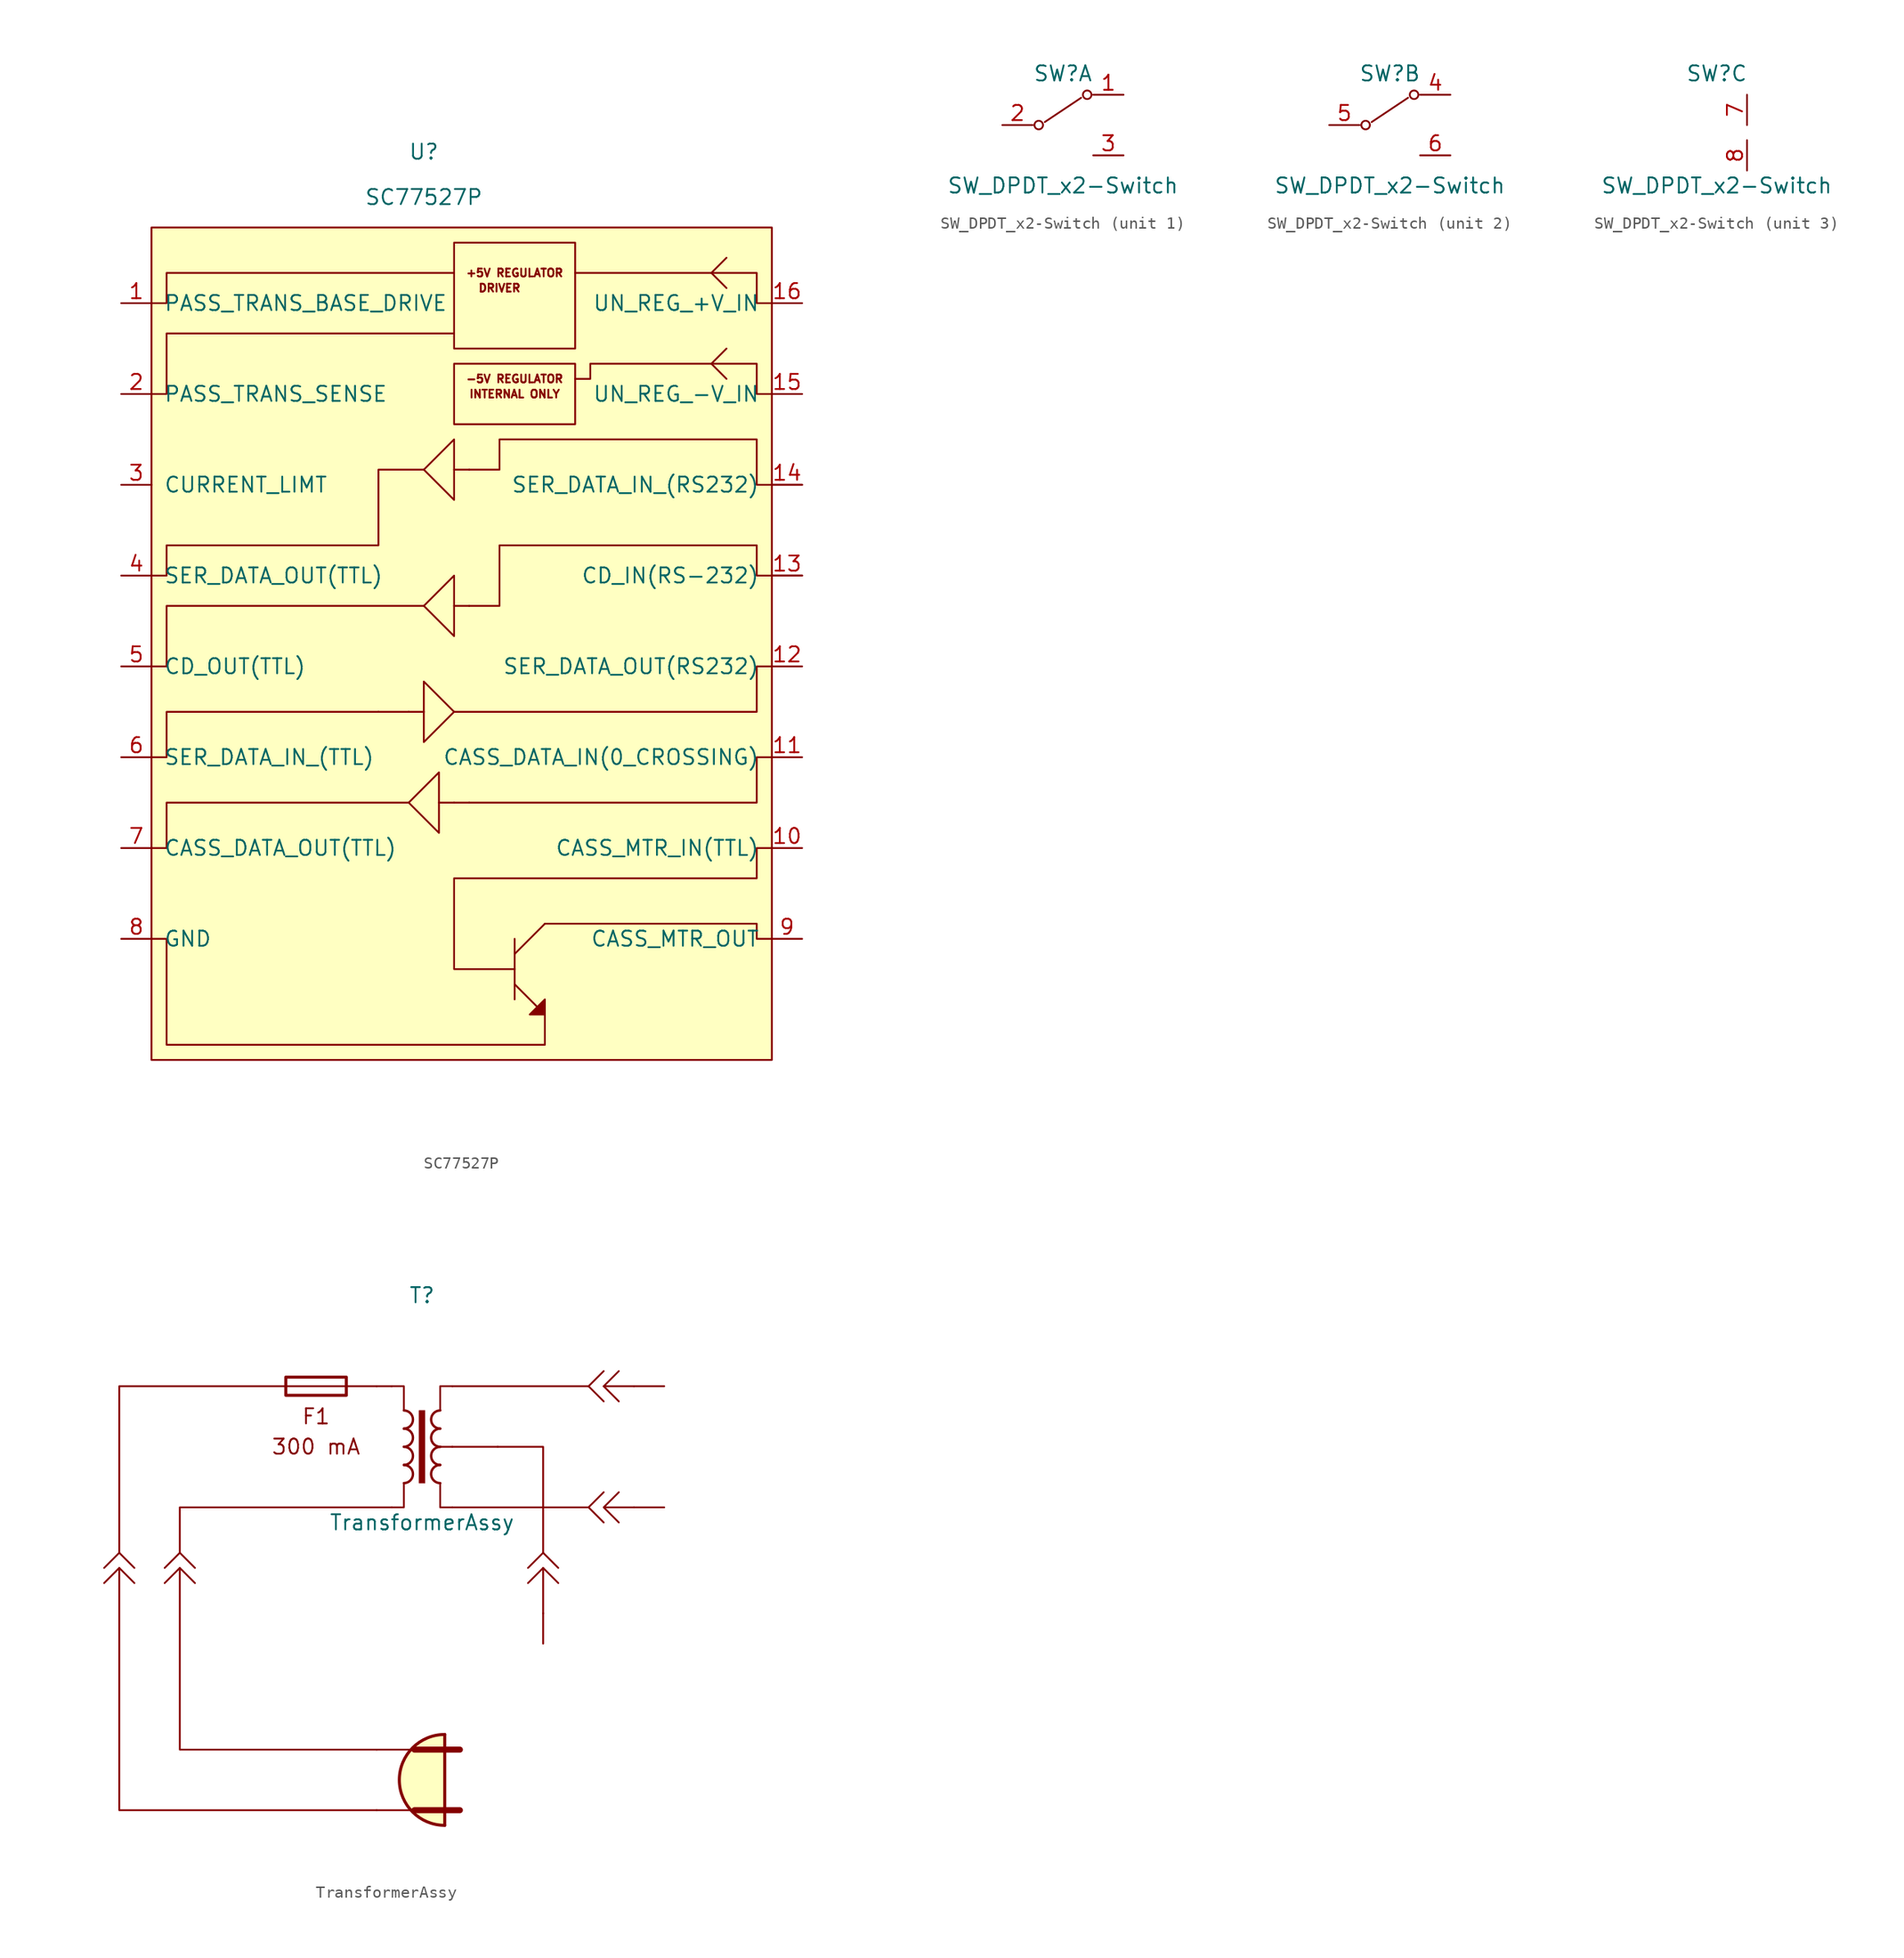
<source format=kicad_sym>
(kicad_symbol_lib
  (version 20211014)
  (generator kicad_symbol_editor)
  (symbol "SC77527P"
    (pin_names
      (offset 1.016))
    (property "Reference" "U"
      (at 15.24 8.89 0)
      (effects (font (size 1.27 1.27))))
    (property "Value" "SC77527P"
      (at 15.24 5.08 0)
      (effects (font (size 1.27 1.27))))
    (symbol "SC77527P_0_0"
      (polyline (pts (xy 17.78 -6.35) (xy -6.35 -6.35) (xy -6.35 -11.43) (xy -7.62 -11.43)) (stroke (width 0) (type default) (color 0 0 0 0)) (fill (type none)))
      (polyline (pts (xy 17.78 -1.27) (xy -6.35 -1.27) (xy -6.35 -3.81) (xy -7.62 -3.81)) (stroke (width 0) (type default) (color 0 0 0 0)) (fill (type none)))
      (polyline (pts (xy 44.45 -3.81) (xy 43.18 -3.81) (xy 43.18 -1.27) (xy 27.94 -1.27)) (stroke (width 0) (type default) (color 0 0 0 0)) (fill (type none)))
      (polyline (pts (xy 44.45 -11.43) (xy 43.18 -11.43) (xy 43.18 -8.89) (xy 29.21 -8.89) (xy 29.21 -10.16) (xy 27.94 -10.16)) (stroke (width 0) (type default) (color 0 0 0 0)) (fill (type none)))
      (rectangle (start 17.78 -8.89) (end 27.94 -13.97) (stroke (width 0) (type default) (color 0 0 0 0)) (fill (type none)))
      (text "+5V REGULATOR" (at 22.86 -1.27 0) (effects (font (size 0.66 0.66))))
      (text "-5V REGULATOR" (at 22.86 -10.16 0) (effects (font (size 0.66 0.66))))
      (text "DRIVER" (at 21.59 -2.54 0) (effects (font (size 0.66 0.66))))
      (text "INTERNAL ONLY" (at 22.86 -11.43 0) (effects (font (size 0.66 0.66)))))
    (symbol "SC77527P_0_1"
      (rectangle (start -7.62 2.54) (end 44.45 -67.31) (stroke (width 0) (type default) (color 0 0 0 0)) (fill (type background)))
      (polyline (pts (xy 13.97 -38.1) (xy 15.24 -38.1)) (stroke (width 0) (type default) (color 0 0 0 0)) (fill (type none)))
      (polyline (pts (xy 19.05 -45.72) (xy 17.78 -45.72)) (stroke (width 0) (type default) (color 0 0 0 0)) (fill (type none)))
      (polyline (pts (xy 22.86 -58.42) (xy 25.4 -55.88)) (stroke (width 0) (type default) (color 0 0 0 0)) (fill (type none)))
      (polyline (pts (xy 22.86 -57.15) (xy 22.86 -62.23)) (stroke (width 0) (type default) (color 0 0 0 0)) (fill (type none)))
      (polyline (pts (xy 39.37 -8.89) (xy 40.64 -10.16)) (stroke (width 0) (type default) (color 0 0 0 0)) (fill (type none)))
      (polyline (pts (xy 39.37 -8.89) (xy 40.64 -7.62)) (stroke (width 0) (type default) (color 0 0 0 0)) (fill (type none)))
      (polyline (pts (xy 39.37 -1.27) (xy 40.64 -2.54)) (stroke (width 0) (type default) (color 0 0 0 0)) (fill (type none)))
      (polyline (pts (xy 39.37 -1.27) (xy 40.64 0)) (stroke (width 0) (type default) (color 0 0 0 0)) (fill (type none)))
      (polyline (pts (xy -7.62 -41.91) (xy -6.35 -41.91) (xy -6.35 -38.1) (xy 11.43 -38.1)) (stroke (width 0) (type default) (color 0 0 0 0)) (fill (type none)))
      (polyline (pts (xy 13.97 -45.72) (xy -6.35 -45.72) (xy -6.35 -49.53) (xy -7.62 -49.53)) (stroke (width 0) (type default) (color 0 0 0 0)) (fill (type none)))
      (polyline (pts (xy 15.24 -29.21) (xy -6.35 -29.21) (xy -6.35 -34.29) (xy -7.62 -34.29)) (stroke (width 0) (type default) (color 0 0 0 0)) (fill (type none)))
      (polyline (pts (xy 17.78 -38.1) (xy 43.18 -38.1) (xy 43.18 -34.29) (xy 44.45 -34.29)) (stroke (width 0) (type default) (color 0 0 0 0)) (fill (type none)))
      (polyline (pts (xy 25.4 -55.88) (xy 43.18 -55.88) (xy 43.18 -57.15) (xy 44.45 -57.15)) (stroke (width 0) (type default) (color 0 0 0 0)) (fill (type none)))
      (polyline (pts (xy 44.45 -41.91) (xy 43.18 -41.91) (xy 43.18 -45.72) (xy 19.05 -45.72)) (stroke (width 0) (type default) (color 0 0 0 0)) (fill (type none)))
      (polyline (pts (xy -7.62 -57.15) (xy -6.35 -57.15) (xy -6.35 -66.04) (xy 25.4 -66.04) (xy 25.4 -63.5)) (stroke (width 0) (type default) (color 0 0 0 0)) (fill (type none)))
      (polyline (pts (xy 22.86 -60.96) (xy 25.4 -63.5) (xy 25.4 -62.23) (xy 24.13 -63.5) (xy 25.4 -63.5)) (stroke (width 0) (type default) (color 0 0 0 0)) (fill (type outline)))
      (polyline (pts (xy 15.24 -17.78) (xy 11.43 -17.78) (xy 11.43 -24.13) (xy -6.35 -24.13) (xy -6.35 -26.67) (xy -7.62 -26.67)) (stroke (width 0) (type default) (color 0 0 0 0)) (fill (type none)))
      (polyline (pts (xy 22.86 -59.69) (xy 17.78 -59.69) (xy 17.78 -52.07) (xy 43.18 -52.07) (xy 43.18 -49.53) (xy 44.45 -49.53)) (stroke (width 0) (type default) (color 0 0 0 0)) (fill (type none)))
      (polyline (pts (xy 44.45 -26.67) (xy 43.18 -26.67) (xy 43.18 -24.13) (xy 21.59 -24.13) (xy 21.59 -29.21) (xy 19.05 -29.21)) (stroke (width 0) (type default) (color 0 0 0 0)) (fill (type none)))
      (polyline (pts (xy 44.45 -19.05) (xy 43.18 -19.05) (xy 43.18 -17.78) (xy 43.18 -15.24) (xy 21.59 -15.24) (xy 21.59 -17.78) (xy 19.05 -17.78)) (stroke (width 0) (type default) (color 0 0 0 0)) (fill (type none)))
      (rectangle (start 17.78 1.27) (end 27.94 -7.62) (stroke (width 0) (type default) (color 0 0 0 0)) (fill (type none))))
    (symbol "SC77527P_1_1"
      (polyline (pts (xy 11.43 -38.1) (xy 13.97 -38.1)) (stroke (width 0) (type default) (color 0 0 0 0)) (fill (type none)))
      (polyline (pts (xy 16.51 -45.72) (xy 17.78 -45.72)) (stroke (width 0) (type default) (color 0 0 0 0)) (fill (type none)))
      (polyline (pts (xy 17.78 -29.21) (xy 19.05 -29.21)) (stroke (width 0) (type default) (color 0 0 0 0)) (fill (type none)))
      (polyline (pts (xy 17.78 -17.78) (xy 19.05 -17.78)) (stroke (width 0) (type default) (color 0 0 0 0)) (fill (type none)))
      (polyline (pts (xy 46.99 -26.67) (xy 44.45 -26.67)) (stroke (width 0) (type default) (color 0 0 0 0)) (fill (type none)))
      (polyline (pts (xy 46.99 -19.05) (xy 44.45 -19.05)) (stroke (width 0) (type default) (color 0 0 0 0)) (fill (type none)))
      (polyline (pts (xy 16.51 -43.18) (xy 16.51 -48.26) (xy 13.97 -45.72) (xy 16.51 -43.18)) (stroke (width 0) (type default) (color 0 0 0 0)) (fill (type none)))
      (polyline (pts (xy 17.78 -38.1) (xy 15.24 -40.64) (xy 15.24 -35.56) (xy 17.78 -38.1)) (stroke (width 0) (type default) (color 0 0 0 0)) (fill (type none)))
      (polyline (pts (xy 17.78 -26.67) (xy 17.78 -31.75) (xy 15.24 -29.21) (xy 17.78 -26.67)) (stroke (width 0) (type default) (color 0 0 0 0)) (fill (type none)))
      (polyline (pts (xy 17.78 -15.24) (xy 17.78 -20.32) (xy 15.24 -17.78) (xy 17.78 -15.24)) (stroke (width 0) (type default) (color 0 0 0 0)) (fill (type none)))
      (pin output line (at -10.16 -3.81 0) (length 2.54) (name "PASS_TRANS_BASE_DRIVE" (effects (font (size 1.27 1.27)))) (number "1" (effects (font (size 1.27 1.27)))))
      (pin input line (at 46.99 -49.53 180) (length 2.54) (name "CASS_MTR_IN(TTL)" (effects (font (size 1.27 1.27)))) (number "10" (effects (font (size 1.27 1.27)))))
      (pin input line (at 46.99 -41.91 180) (length 2.54) (name "CASS_DATA_IN(0_CROSSING)" (effects (font (size 1.27 1.27)))) (number "11" (effects (font (size 1.27 1.27)))))
      (pin output line (at 46.99 -34.29 180) (length 2.54) (name "SER_DATA_OUT(RS232)" (effects (font (size 1.27 1.27)))) (number "12" (effects (font (size 1.27 1.27)))))
      (pin input line (at 46.99 -26.67 180) (length 2.54) (name "CD_IN(RS-232)" (effects (font (size 1.27 1.27)))) (number "13" (effects (font (size 1.27 1.27)))))
      (pin input line (at 46.99 -19.05 180) (length 2.54) (name "SER_DATA_IN_(RS232)" (effects (font (size 1.27 1.27)))) (number "14" (effects (font (size 1.27 1.27)))))
      (pin power_in line (at 46.99 -11.43 180) (length 2.54) (name "UN_REG_-V_IN" (effects (font (size 1.27 1.27)))) (number "15" (effects (font (size 1.27 1.27)))))
      (pin power_in line (at 46.99 -3.81 180) (length 2.54) (name "UN_REG_+V_IN" (effects (font (size 1.27 1.27)))) (number "16" (effects (font (size 1.27 1.27)))))
      (pin input line (at -10.16 -11.43 0) (length 2.54) (name "PASS_TRANS_SENSE" (effects (font (size 1.27 1.27)))) (number "2" (effects (font (size 1.27 1.27)))))
      (pin power_in line (at -10.16 -19.05 0) (length 2.54) (name "CURRENT_LIMT" (effects (font (size 1.27 1.27)))) (number "3" (effects (font (size 1.27 1.27)))))
      (pin output line (at -10.16 -26.67 0) (length 2.54) (name "SER_DATA_OUT(TTL)" (effects (font (size 1.27 1.27)))) (number "4" (effects (font (size 1.27 1.27)))))
      (pin output line (at -10.16 -34.29 0) (length 2.54) (name "CD_OUT(TTL)" (effects (font (size 1.27 1.27)))) (number "5" (effects (font (size 1.27 1.27)))))
      (pin input line (at -10.16 -41.91 0) (length 2.54) (name "SER_DATA_IN_(TTL)" (effects (font (size 1.27 1.27)))) (number "6" (effects (font (size 1.27 1.27)))))
      (pin output line (at -10.16 -49.53 0) (length 2.54) (name "CASS_DATA_OUT(TTL)" (effects (font (size 1.27 1.27)))) (number "7" (effects (font (size 1.27 1.27)))))
      (pin power_in line (at -10.16 -57.15 0) (length 2.54) (name "GND" (effects (font (size 1.27 1.27)))) (number "8" (effects (font (size 1.27 1.27)))))
      (pin output line (at 46.99 -57.15 180) (length 2.54) (name "CASS_MTR_OUT" (effects (font (size 1.27 1.27)))) (number "9" (effects (font (size 1.27 1.27)))))))
  (symbol "SW_DPDT_x2-Switch"
    (pin_names
      (offset 0) hide)
    (property "Reference" "SW"
      (at 0 4.318 0)
      (effects (font (size 1.27 1.27))))
    (property "Value" "SW_DPDT_x2-Switch"
      (at 0 -5.08 0)
      (effects (font (size 1.27 1.27))))
    (symbol "SW_DPDT_x2-Switch_1_1"
      (circle (center -2.032 0) (radius 0.359) (stroke (width 0) (type default) (color 0 0 0 0)) (fill (type none)))
      (polyline (pts (xy -1.524 0.254) (xy 1.524 2.286)) (stroke (width 0) (type default) (color 0 0 0 0)) (fill (type none)))
      (circle (center 2.032 2.54) (radius 0.359) (stroke (width 0) (type default) (color 0 0 0 0)) (fill (type none)))
      (pin passive line (at 5.08 2.54 180) (length 2.54) (name "A" (effects (font (size 1.27 1.27)))) (number "1" (effects (font (size 1.27 1.27)))))
      (pin passive line (at -5.08 0 0) (length 2.54) (name "B" (effects (font (size 1.27 1.27)))) (number "2" (effects (font (size 1.27 1.27)))))
      (pin passive line (at 5.08 -2.54 180) (length 2.54) (name "C" (effects (font (size 1.27 1.27)))) (number "3" (effects (font (size 1.27 1.27))))))
    (symbol "SW_DPDT_x2-Switch_2_1"
      (circle (center -2.032 0) (radius 0.359) (stroke (width 0) (type default) (color 0 0 0 0)) (fill (type none)))
      (polyline (pts (xy -1.524 0.254) (xy 1.524 2.286)) (stroke (width 0) (type default) (color 0 0 0 0)) (fill (type none)))
      (circle (center 2.032 2.54) (radius 0.359) (stroke (width 0) (type default) (color 0 0 0 0)) (fill (type none)))
      (pin passive line (at 5.08 2.54 180) (length 2.54) (name "A" (effects (font (size 1.27 1.27)))) (number "4" (effects (font (size 1.27 1.27)))))
      (pin passive line (at -5.08 0 0) (length 2.54) (name "B" (effects (font (size 1.27 1.27)))) (number "5" (effects (font (size 1.27 1.27)))))
      (pin passive line (at 5.08 -2.54 180) (length 2.54) (name "C" (effects (font (size 1.27 1.27)))) (number "6" (effects (font (size 1.27 1.27))))))
    (symbol "SW_DPDT_x2-Switch_3_1"
      (pin passive line (at 2.54 2.54 270) (length 2.54) (name "GNDS" (effects (font (size 1.27 1.27)))) (number "7" (effects (font (size 1.27 1.27)))))
      (pin passive line (at 2.54 -3.81 90) (length 2.54) (name "GNDS" (effects (font (size 1.27 1.27)))) (number "8" (effects (font (size 1.27 1.27)))))))
  (symbol "TransformerAssy"
    (pin_numbers hide)
    (pin_names
      (offset 1.016) hide)
    (property "Reference" "T"
      (at 0 12.7 0)
      (effects (font (size 1.27 1.27))))
    (property "Value" "TransformerAssy"
      (at 0 -6.35 0)
      (effects (font (size 1.27 1.27))))
    (symbol "TransformerAssy_0_0"
      (polyline (pts (xy -3.81 5.08) (xy -2.54 5.08)) (stroke (width 0) (type default) (color 0 0 0 0)) (fill (type none)))
      (polyline (pts (xy 2.54 -5.08) (xy 13.97 -5.08)) (stroke (width 0) (type default) (color 0 0 0 0)) (fill (type none)))
      (polyline (pts (xy 2.54 5.08) (xy 13.97 5.08)) (stroke (width 0) (type default) (color 0 0 0 0)) (fill (type none)))
      (polyline (pts (xy 10.16 -13.97) (xy 10.16 -10.16)) (stroke (width 0) (type default) (color 0 0 0 0)) (fill (type none)))
      (polyline (pts (xy -26.67 -11.43) (xy -25.4 -10.16) (xy -24.13 -11.43)) (stroke (width 0) (type default) (color 0 0 0 0)) (fill (type none)))
      (polyline (pts (xy -26.67 -10.16) (xy -25.4 -8.89) (xy -24.13 -10.16)) (stroke (width 0) (type default) (color 0 0 0 0)) (fill (type none)))
      (polyline (pts (xy -25.4 -10.16) (xy -25.4 -30.48) (xy -3.81 -30.48)) (stroke (width 0) (type default) (color 0 0 0 0)) (fill (type none)))
      (polyline (pts (xy -21.59 -11.43) (xy -20.32 -10.16) (xy -19.05 -11.43)) (stroke (width 0) (type default) (color 0 0 0 0)) (fill (type none)))
      (polyline (pts (xy -21.59 -10.16) (xy -20.32 -8.89) (xy -19.05 -10.16)) (stroke (width 0) (type default) (color 0 0 0 0)) (fill (type none)))
      (polyline (pts (xy -20.32 -10.16) (xy -20.32 -25.4) (xy -3.81 -25.4)) (stroke (width 0) (type default) (color 0 0 0 0)) (fill (type none)))
      (polyline (pts (xy -11.43 5.08) (xy -25.4 5.08) (xy -25.4 -8.89)) (stroke (width 0) (type default) (color 0 0 0 0)) (fill (type none)))
      (polyline (pts (xy -2.54 -5.08) (xy -20.32 -5.08) (xy -20.32 -8.89)) (stroke (width 0) (type default) (color 0 0 0 0)) (fill (type none)))
      (polyline (pts (xy 6.35 0) (xy 10.16 0) (xy 10.16 -8.89)) (stroke (width 0) (type default) (color 0 0 0 0)) (fill (type none)))
      (polyline (pts (xy 8.89 -11.43) (xy 10.16 -10.16) (xy 11.43 -11.43)) (stroke (width 0) (type default) (color 0 0 0 0)) (fill (type none)))
      (polyline (pts (xy 8.89 -10.16) (xy 10.16 -8.89) (xy 11.43 -10.16)) (stroke (width 0) (type default) (color 0 0 0 0)) (fill (type none)))
      (text "300 mA" (at -8.89 0 0) (effects (font (size 1.27 1.27))))
      (text "F1" (at -8.89 2.54 0) (effects (font (size 1.27 1.27)))))
    (symbol "TransformerAssy_0_1"
      (polyline (pts (xy -3.81 5.08) (xy -6.35 5.08)) (stroke (width 0) (type default) (color 0 0 0 0)) (fill (type none)))
      (polyline (pts (xy 6.35 0) (xy 2.54 0)) (stroke (width 0) (type default) (color 0 0 0 0)) (fill (type none)))
      (polyline (pts (xy 13.97 5.08) (xy 15.24 3.81)) (stroke (width 0) (type default) (color 0 0 0 0)) (fill (type none)))
      (polyline (pts (xy 13.97 5.08) (xy 15.24 6.35)) (stroke (width 0) (type default) (color 0 0 0 0)) (fill (type none)))
      (polyline (pts (xy 15.24 5.08) (xy 16.51 3.81)) (stroke (width 0) (type default) (color 0 0 0 0)) (fill (type none)))
      (polyline (pts (xy 15.24 -3.81) (xy 13.97 -5.08) (xy 15.24 -6.35)) (stroke (width 0) (type default) (color 0 0 0 0)) (fill (type none)))
      (polyline (pts (xy 17.78 5.08) (xy 15.24 5.08) (xy 16.51 6.35)) (stroke (width 0) (type default) (color 0 0 0 0)) (fill (type none)))
      (polyline (pts (xy 17.78 -5.08) (xy 15.24 -5.08) (xy 16.51 -3.81) (xy 15.24 -5.08) (xy 16.51 -6.35)) (stroke (width 0) (type default) (color 0 0 0 0)) (fill (type none))))
    (symbol "TransformerAssy_1_1"
      (rectangle (start -6.35 4.318) (end -11.43 5.842) (stroke (width 0.254) (type default) (color 0 0 0 0)) (fill (type none)))
      (arc (start -1.524 -3.048) (mid -0.762 -2.286) (end -1.524 -1.524) (stroke (width 0.2032) (type default) (color 0 0 0 0)) (fill (type none)))
      (arc (start -1.524 -1.524) (mid -0.762 -0.762) (end -1.524 0) (stroke (width 0.2032) (type default) (color 0 0 0 0)) (fill (type none)))
      (arc (start -1.524 0) (mid -0.762 0.762) (end -1.524 1.524) (stroke (width 0.2032) (type default) (color 0 0 0 0)) (fill (type none)))
      (arc (start -1.524 1.524) (mid -0.762 2.286) (end -1.524 3.048) (stroke (width 0.2032) (type default) (color 0 0 0 0)) (fill (type none)))
      (polyline (pts (xy -11.43 5.08) (xy -6.35 5.08)) (stroke (width 0) (type default) (color 0 0 0 0)) (fill (type none)))
      (polyline (pts (xy -0.635 -30.48) (xy -3.81 -30.48)) (stroke (width 0) (type default) (color 0 0 0 0)) (fill (type none)))
      (polyline (pts (xy -0.635 -25.4) (xy -3.81 -25.4)) (stroke (width 0) (type default) (color 0 0 0 0)) (fill (type none)))
      (polyline (pts (xy 1.905 -31.75) (xy 1.905 -24.13)) (stroke (width 0.254) (type default) (color 0 0 0 0)) (fill (type none)))
      (polyline (pts (xy 3.175 -30.48) (xy -0.635 -30.48)) (stroke (width 0.508) (type default) (color 0 0 0 0)) (fill (type none)))
      (polyline (pts (xy 3.175 -25.4) (xy -0.635 -25.4)) (stroke (width 0.508) (type default) (color 0 0 0 0)) (fill (type none)))
      (polyline (pts (xy 1.524 0) (xy 2.54 0) (xy 2.54 0)) (stroke (width 0) (type default) (color 0 0 0 0)) (fill (type outline)))
      (polyline (pts (xy -2.54 -5.08) (xy -1.524 -5.08) (xy -1.524 -3.048) (xy -1.524 -3.048)) (stroke (width 0.152) (type default) (color 0 0 0 0)) (fill (type none)))
      (polyline (pts (xy -1.524 3.048) (xy -1.524 5.08) (xy -2.54 5.08) (xy -2.54 5.08)) (stroke (width 0.152) (type default) (color 0 0 0 0)) (fill (type none)))
      (polyline (pts (xy 1.524 -3.048) (xy 1.524 -5.08) (xy 2.54 -5.08) (xy 2.54 -5.08)) (stroke (width 0.152) (type default) (color 0 0 0 0)) (fill (type none)))
      (polyline (pts (xy 2.54 5.08) (xy 1.524 5.08) (xy 1.524 3.048) (xy 1.524 3.048)) (stroke (width 0.152) (type default) (color 0 0 0 0)) (fill (type none)))
      (rectangle (start 0.254 3.048) (end -0.254 -3.048) (stroke (width 0.025) (type default) (color 0 0 0 0)) (fill (type outline)))
      (arc (start 1.524 -1.524) (mid 0.762 -2.286) (end 1.524 -3.048) (stroke (width 0.2032) (type default) (color 0 0 0 0)) (fill (type none)))
      (arc (start 1.524 0) (mid 0.762 -0.762) (end 1.524 -1.524) (stroke (width 0.2032) (type default) (color 0 0 0 0)) (fill (type none)))
      (arc (start 1.524 1.524) (mid 0.762 0.762) (end 1.524 0) (stroke (width 0.2032) (type default) (color 0 0 0 0)) (fill (type none)))
      (arc (start 1.524 3.048) (mid 0.762 2.286) (end 1.524 1.524) (stroke (width 0.2032) (type default) (color 0 0 0 0)) (fill (type none)))
      (arc (start 1.905 -24.13) (mid -1.905 -27.94) (end 1.905 -31.75) (stroke (width 0.254) (type default) (color 0 0 0 0)) (fill (type background)))
      (pin passive line (at 20.32 5.08 180) (length 2.54) (name "~" (effects (font (size 1.27 1.27)))) (number "1" (effects (font (size 1.27 1.27)))))
      (pin passive line (at 10.16 -16.51 90) (length 2.54) (name "~" (effects (font (size 1.27 1.27)))) (number "2" (effects (font (size 1.27 1.27)))))
      (pin passive line (at 20.32 -5.08 180) (length 2.54) (name "~" (effects (font (size 1.27 1.27)))) (number "3" (effects (font (size 1.27 1.27))))))))
</source>
